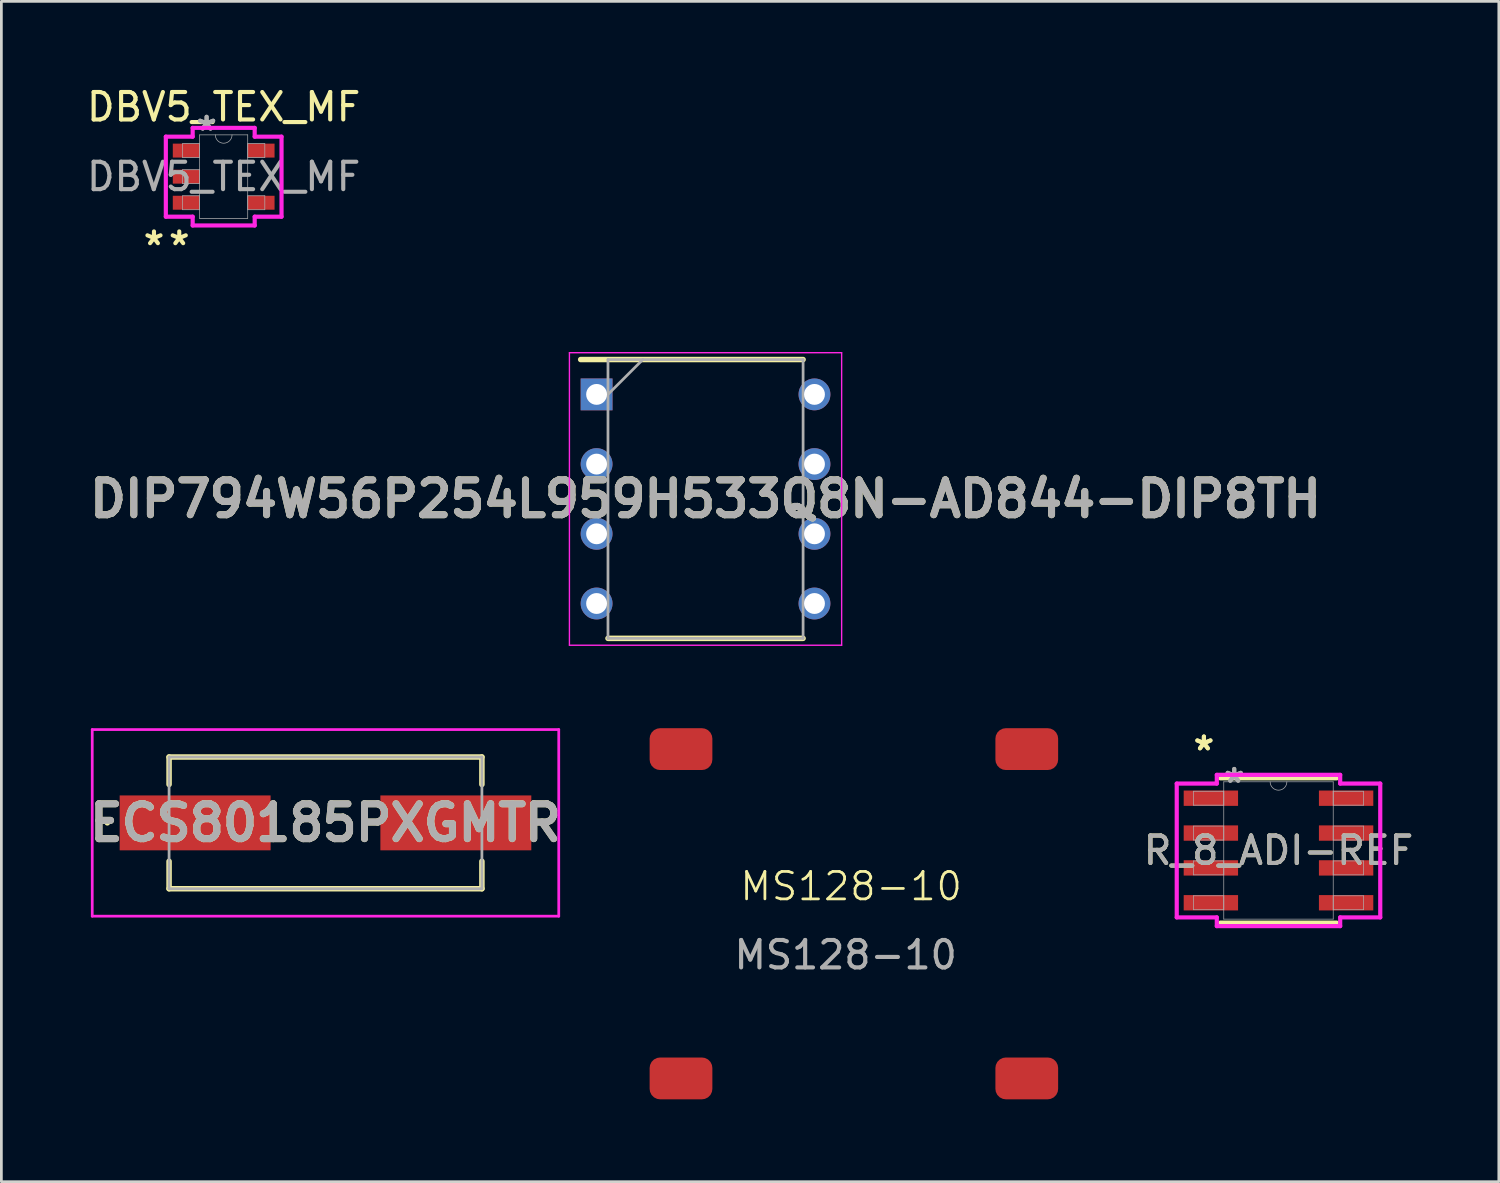
<source format=kicad_pcb>
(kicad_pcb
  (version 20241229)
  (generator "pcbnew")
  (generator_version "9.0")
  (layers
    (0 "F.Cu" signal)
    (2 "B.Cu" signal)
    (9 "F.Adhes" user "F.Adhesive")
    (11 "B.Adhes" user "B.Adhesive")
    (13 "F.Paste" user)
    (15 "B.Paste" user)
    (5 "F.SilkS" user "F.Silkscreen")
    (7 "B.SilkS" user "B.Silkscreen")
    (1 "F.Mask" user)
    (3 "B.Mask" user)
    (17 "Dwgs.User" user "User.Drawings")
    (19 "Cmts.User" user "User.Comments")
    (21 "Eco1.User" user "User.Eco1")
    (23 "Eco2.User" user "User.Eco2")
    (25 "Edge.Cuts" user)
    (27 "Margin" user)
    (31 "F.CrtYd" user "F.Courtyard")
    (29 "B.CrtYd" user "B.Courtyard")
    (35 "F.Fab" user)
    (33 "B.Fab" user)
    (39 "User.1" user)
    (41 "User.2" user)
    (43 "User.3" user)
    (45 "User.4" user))
  (footprint "ECS80185PXGMTR"
    (layer "F.Cu")
    (at 8.811 26.936)
    (property "Reference" "ECS80185PXGMTR" (at 0 0 0) (layer "F.SilkS") (effects (font (size 1.27 1.27) (thickness 0.254))))
    (attr smd)
    (fp_line (start -8 0) (end -8 0) (stroke (width 0.1) (type solid)) (layer "F.SilkS"))
    (fp_line (start -7.9 0) (end -7.9 0) (stroke (width 0.1) (type solid)) (layer "F.SilkS"))
    (fp_line (start -5.7 -2.4) (end 5.7 -2.4) (stroke (width 0.2) (type solid)) (layer "F.SilkS"))
    (fp_line (start -5.7 -1.4) (end -5.7 -2.4) (stroke (width 0.2) (type solid)) (layer "F.SilkS"))
    (fp_line (start -5.7 1.4) (end -5.7 2.4) (stroke (width 0.2) (type solid)) (layer "F.SilkS"))
    (fp_line (start -5.7 2.4) (end 5.7 2.4) (stroke (width 0.2) (type solid)) (layer "F.SilkS"))
    (fp_line (start 5.7 -2.4) (end 5.7 -1.4) (stroke (width 0.2) (type solid)) (layer "F.SilkS"))
    (fp_line (start 5.7 2.4) (end 5.7 1.4) (stroke (width 0.2) (type solid)) (layer "F.SilkS"))
    (fp_arc (start -8 0) (mid -7.95 -0.05) (end -7.9 0) (stroke (width 0.1) (type solid)) (layer "F.SilkS"))
    (fp_arc (start -7.9 0) (mid -7.95 0.05) (end -8 0) (stroke (width 0.1) (type solid)) (layer "F.SilkS"))
    (fp_line (start -8.5 -3.4) (end 8.5 -3.4) (stroke (width 0.1) (type solid)) (layer "F.CrtYd"))
    (fp_line (start -8.5 3.4) (end -8.5 -3.4) (stroke (width 0.1) (type solid)) (layer "F.CrtYd"))
    (fp_line (start 8.5 -3.4) (end 8.5 3.4) (stroke (width 0.1) (type solid)) (layer "F.CrtYd"))
    (fp_line (start 8.5 3.4) (end -8.5 3.4) (stroke (width 0.1) (type solid)) (layer "F.CrtYd"))
    (fp_line (start -5.7 -2.4) (end 5.7 -2.4) (stroke (width 0.1) (type solid)) (layer "F.Fab"))
    (fp_line (start -5.7 2.4) (end -5.7 -2.4) (stroke (width 0.1) (type solid)) (layer "F.Fab"))
    (fp_line (start 5.7 -2.4) (end 5.7 2.4) (stroke (width 0.1) (type solid)) (layer "F.Fab"))
    (fp_line (start 5.7 2.4) (end -5.7 2.4) (stroke (width 0.1) (type solid)) (layer "F.Fab"))
    (fp_text user "${REFERENCE}" (at 0 0 0) (layer "F.Fab") (effects (font (size 1.27 1.27) (thickness 0.254))))
    (pad "1" smd rect (at -4.75 0 90) (size 2 5.5) (layers "F.Cu" "F.Mask" "F.Paste"))
    (pad "2" smd rect (at 4.75 0 90) (size 2 5.5) (layers "F.Cu" "F.Mask" "F.Paste")))
  (footprint "MS128-10"
    (layer "F.Cu")
    (at 27.766 29.248)
    (property "Reference" "MS128-10" (at 0.2 0 0) (unlocked yes) (layer "F.SilkS") (effects (font (size 1 1) (thickness 0.1))))
    (attr smd)
    (fp_text user "${REFERENCE}" (at 0 2.5 0) (unlocked yes) (layer "F.Fab") (effects (font (size 1 1) (thickness 0.15))))
    (pad "1" smd roundrect (at -6 -5) (size 2.286 1.524) (layers "F.Cu" "F.Mask" "F.Paste") (roundrect_rratio 0.25))
    (pad "2" smd roundrect (at 6.6 -5) (size 2.286 1.524) (layers "F.Cu" "F.Mask" "F.Paste") (roundrect_rratio 0.25))
    (pad "3" smd roundrect (at -6 7) (size 2.286 1.524) (layers "F.Cu" "F.Mask" "F.Paste") (roundrect_rratio 0.25))
    (pad "4" smd roundrect (at 6.6 7) (size 2.286 1.524) (layers "F.Cu" "F.Mask" "F.Paste") (roundrect_rratio 0.25)))
  (footprint "R_8_ADI-REF"
    (layer "F.Cu")
    (at 43.539 27.942)
    (property "Reference" "R_8_ADI-REF" (at 0 0 0) (unlocked yes) (layer "F.SilkS") (effects (font (size 1 1) (thickness 0.15))))
    (attr smd)
    (fp_line (start -2.121 2.629) (end 2.121 2.629) (stroke (width 0.152) (type solid)) (layer "F.SilkS"))
    (fp_line (start 2.121 -2.629) (end -2.121 -2.629) (stroke (width 0.152) (type solid)) (layer "F.SilkS"))
    (fp_line (start -3.708 -2.438) (end -2.248 -2.438) (stroke (width 0.152) (type solid)) (layer "F.CrtYd"))
    (fp_line (start -3.708 2.438) (end -3.708 -2.438) (stroke (width 0.152) (type solid)) (layer "F.CrtYd"))
    (fp_line (start -3.708 2.438) (end -2.248 2.438) (stroke (width 0.152) (type solid)) (layer "F.CrtYd"))
    (fp_line (start -2.248 -2.756) (end 2.248 -2.756) (stroke (width 0.152) (type solid)) (layer "F.CrtYd"))
    (fp_line (start -2.248 -2.438) (end -2.248 -2.756) (stroke (width 0.152) (type solid)) (layer "F.CrtYd"))
    (fp_line (start -2.248 2.756) (end -2.248 2.438) (stroke (width 0.152) (type solid)) (layer "F.CrtYd"))
    (fp_line (start 2.248 -2.756) (end 2.248 -2.438) (stroke (width 0.152) (type solid)) (layer "F.CrtYd"))
    (fp_line (start 2.248 2.438) (end 2.248 2.756) (stroke (width 0.152) (type solid)) (layer "F.CrtYd"))
    (fp_line (start 2.248 2.756) (end -2.248 2.756) (stroke (width 0.152) (type solid)) (layer "F.CrtYd"))
    (fp_line (start 3.708 -2.438) (end 2.248 -2.438) (stroke (width 0.152) (type solid)) (layer "F.CrtYd"))
    (fp_line (start 3.708 -2.438) (end 3.708 2.438) (stroke (width 0.152) (type solid)) (layer "F.CrtYd"))
    (fp_line (start 3.708 2.438) (end 2.248 2.438) (stroke (width 0.152) (type solid)) (layer "F.CrtYd"))
    (fp_line (start -3.099 -2.159) (end -3.099 -1.651) (stroke (width 0.025) (type solid)) (layer "F.Fab"))
    (fp_line (start -3.099 -1.651) (end -1.994 -1.651) (stroke (width 0.025) (type solid)) (layer "F.Fab"))
    (fp_line (start -3.099 -0.889) (end -3.099 -0.381) (stroke (width 0.025) (type solid)) (layer "F.Fab"))
    (fp_line (start -3.099 -0.381) (end -1.994 -0.381) (stroke (width 0.025) (type solid)) (layer "F.Fab"))
    (fp_line (start -3.099 0.381) (end -3.099 0.889) (stroke (width 0.025) (type solid)) (layer "F.Fab"))
    (fp_line (start -3.099 0.889) (end -1.994 0.889) (stroke (width 0.025) (type solid)) (layer "F.Fab"))
    (fp_line (start -3.099 1.651) (end -3.099 2.159) (stroke (width 0.025) (type solid)) (layer "F.Fab"))
    (fp_line (start -3.099 2.159) (end -1.994 2.159) (stroke (width 0.025) (type solid)) (layer "F.Fab"))
    (fp_line (start -1.994 -2.502) (end -1.994 2.502) (stroke (width 0.025) (type solid)) (layer "F.Fab"))
    (fp_line (start -1.994 -2.159) (end -3.099 -2.159) (stroke (width 0.025) (type solid)) (layer "F.Fab"))
    (fp_line (start -1.994 -1.651) (end -1.994 -2.159) (stroke (width 0.025) (type solid)) (layer "F.Fab"))
    (fp_line (start -1.994 -0.889) (end -3.099 -0.889) (stroke (width 0.025) (type solid)) (layer "F.Fab"))
    (fp_line (start -1.994 -0.381) (end -1.994 -0.889) (stroke (width 0.025) (type solid)) (layer "F.Fab"))
    (fp_line (start -1.994 0.381) (end -3.099 0.381) (stroke (width 0.025) (type solid)) (layer "F.Fab"))
    (fp_line (start -1.994 0.889) (end -1.994 0.381) (stroke (width 0.025) (type solid)) (layer "F.Fab"))
    (fp_line (start -1.994 1.651) (end -3.099 1.651) (stroke (width 0.025) (type solid)) (layer "F.Fab"))
    (fp_line (start -1.994 2.159) (end -1.994 1.651) (stroke (width 0.025) (type solid)) (layer "F.Fab"))
    (fp_line (start -1.994 2.502) (end 1.994 2.502) (stroke (width 0.025) (type solid)) (layer "F.Fab"))
    (fp_line (start 1.994 -2.502) (end -1.994 -2.502) (stroke (width 0.025) (type solid)) (layer "F.Fab"))
    (fp_line (start 1.994 -2.159) (end 1.994 -1.651) (stroke (width 0.025) (type solid)) (layer "F.Fab"))
    (fp_line (start 1.994 -1.651) (end 3.099 -1.651) (stroke (width 0.025) (type solid)) (layer "F.Fab"))
    (fp_line (start 1.994 -0.889) (end 1.994 -0.381) (stroke (width 0.025) (type solid)) (layer "F.Fab"))
    (fp_line (start 1.994 -0.381) (end 3.099 -0.381) (stroke (width 0.025) (type solid)) (layer "F.Fab"))
    (fp_line (start 1.994 0.381) (end 1.994 0.889) (stroke (width 0.025) (type solid)) (layer "F.Fab"))
    (fp_line (start 1.994 0.889) (end 3.099 0.889) (stroke (width 0.025) (type solid)) (layer "F.Fab"))
    (fp_line (start 1.994 1.651) (end 1.994 2.159) (stroke (width 0.025) (type solid)) (layer "F.Fab"))
    (fp_line (start 1.994 2.159) (end 3.099 2.159) (stroke (width 0.025) (type solid)) (layer "F.Fab"))
    (fp_line (start 1.994 2.502) (end 1.994 -2.502) (stroke (width 0.025) (type solid)) (layer "F.Fab"))
    (fp_line (start 3.099 -2.159) (end 1.994 -2.159) (stroke (width 0.025) (type solid)) (layer "F.Fab"))
    (fp_line (start 3.099 -1.651) (end 3.099 -2.159) (stroke (width 0.025) (type solid)) (layer "F.Fab"))
    (fp_line (start 3.099 -0.889) (end 1.994 -0.889) (stroke (width 0.025) (type solid)) (layer "F.Fab"))
    (fp_line (start 3.099 -0.381) (end 3.099 -0.889) (stroke (width 0.025) (type solid)) (layer "F.Fab"))
    (fp_line (start 3.099 0.381) (end 1.994 0.381) (stroke (width 0.025) (type solid)) (layer "F.Fab"))
    (fp_line (start 3.099 0.889) (end 3.099 0.381) (stroke (width 0.025) (type solid)) (layer "F.Fab"))
    (fp_line (start 3.099 1.651) (end 1.994 1.651) (stroke (width 0.025) (type solid)) (layer "F.Fab"))
    (fp_line (start 3.099 2.159) (end 3.099 1.651) (stroke (width 0.025) (type solid)) (layer "F.Fab"))
    (fp_arc (start 0.3048 -2.5019) (mid 0 -2.1971) (end -0.3048 -2.5019) (stroke (width 0.0254) (type solid)) (layer "F.Fab"))
    (fp_text user "*" (at -2.718 -3.607 0) (layer "F.SilkS") (effects (font (size 1 1) (thickness 0.15))))
    (fp_text user "*" (at -2.718 -3.607 0) (unlocked yes) (layer "F.SilkS") (effects (font (size 1 1) (thickness 0.15))))
    (fp_text user "${REFERENCE}" (at 0 0 0) (unlocked yes) (layer "F.Fab") (effects (font (size 1 1) (thickness 0.15))))
    (fp_text user "*" (at -1.613 -2.426 0) (unlocked yes) (layer "F.Fab") (effects (font (size 1 1) (thickness 0.15))))
    (fp_text user "*" (at -1.613 -2.426 0) (layer "F.Fab") (effects (font (size 1 1) (thickness 0.15))))
    (pad "1" smd rect (at -2.464 -1.905) (size 1.981 0.559) (layers "F.Cu" "F.Mask" "F.Paste"))
    (pad "2" smd rect (at -2.464 -0.635) (size 1.981 0.559) (layers "F.Cu" "F.Mask" "F.Paste"))
    (pad "3" smd rect (at -2.464 0.635) (size 1.981 0.559) (layers "F.Cu" "F.Mask" "F.Paste"))
    (pad "4" smd rect (at -2.464 1.905) (size 1.981 0.559) (layers "F.Cu" "F.Mask" "F.Paste"))
    (pad "5" smd rect (at 2.464 1.905) (size 1.981 0.559) (layers "F.Cu" "F.Mask" "F.Paste"))
    (pad "6" smd rect (at 2.464 0.635) (size 1.981 0.559) (layers "F.Cu" "F.Mask" "F.Paste"))
    (pad "7" smd rect (at 2.464 -0.635) (size 1.981 0.559) (layers "F.Cu" "F.Mask" "F.Paste"))
    (pad "8" smd rect (at 2.464 -1.905) (size 1.981 0.559) (layers "F.Cu" "F.Mask" "F.Paste")))
  (footprint "DBV5_TEX_MF"
    (layer "F.Cu")
    (at 5.101 3.388)
    (property "Reference" "DBV5_TEX_MF" (at 0 -2.54 0) (unlocked yes) (layer "F.SilkS") (effects (font (size 1 1) (thickness 0.15))))
    (attr smd)
    (fp_line (start -2.108 -1.458) (end -1.13 -1.458) (stroke (width 0.152) (type solid)) (layer "F.CrtYd"))
    (fp_line (start -2.108 1.458) (end -2.108 -1.458) (stroke (width 0.152) (type solid)) (layer "F.CrtYd"))
    (fp_line (start -1.13 -1.778) (end 1.13 -1.778) (stroke (width 0.152) (type solid)) (layer "F.CrtYd"))
    (fp_line (start -1.13 -1.458) (end -1.13 -1.778) (stroke (width 0.152) (type solid)) (layer "F.CrtYd"))
    (fp_line (start -1.13 1.458) (end -2.108 1.458) (stroke (width 0.152) (type solid)) (layer "F.CrtYd"))
    (fp_line (start -1.13 1.778) (end -1.13 1.458) (stroke (width 0.152) (type solid)) (layer "F.CrtYd"))
    (fp_line (start 1.13 -1.778) (end 1.13 -1.458) (stroke (width 0.152) (type solid)) (layer "F.CrtYd"))
    (fp_line (start 1.13 -1.458) (end 2.108 -1.458) (stroke (width 0.152) (type solid)) (layer "F.CrtYd"))
    (fp_line (start 1.13 1.458) (end 1.13 1.778) (stroke (width 0.152) (type solid)) (layer "F.CrtYd"))
    (fp_line (start 1.13 1.778) (end -1.13 1.778) (stroke (width 0.152) (type solid)) (layer "F.CrtYd"))
    (fp_line (start 2.108 -1.458) (end 2.108 1.458) (stroke (width 0.152) (type solid)) (layer "F.CrtYd"))
    (fp_line (start 2.108 1.458) (end 1.13 1.458) (stroke (width 0.152) (type solid)) (layer "F.CrtYd"))
    (fp_line (start -1.499 -1.204) (end -1.499 -0.696) (stroke (width 0.025) (type solid)) (layer "F.Fab"))
    (fp_line (start -1.499 -0.696) (end -0.876 -0.696) (stroke (width 0.025) (type solid)) (layer "F.Fab"))
    (fp_line (start -1.499 -0.254) (end -1.499 0.254) (stroke (width 0.025) (type solid)) (layer "F.Fab"))
    (fp_line (start -1.499 0.254) (end -0.876 0.254) (stroke (width 0.025) (type solid)) (layer "F.Fab"))
    (fp_line (start -1.499 0.696) (end -1.499 1.204) (stroke (width 0.025) (type solid)) (layer "F.Fab"))
    (fp_line (start -1.499 1.204) (end -0.876 1.204) (stroke (width 0.025) (type solid)) (layer "F.Fab"))
    (fp_line (start -0.876 -1.524) (end -0.876 1.524) (stroke (width 0.025) (type solid)) (layer "F.Fab"))
    (fp_line (start -0.876 -1.204) (end -1.499 -1.204) (stroke (width 0.025) (type solid)) (layer "F.Fab"))
    (fp_line (start -0.876 -0.696) (end -0.876 -1.204) (stroke (width 0.025) (type solid)) (layer "F.Fab"))
    (fp_line (start -0.876 -0.254) (end -1.499 -0.254) (stroke (width 0.025) (type solid)) (layer "F.Fab"))
    (fp_line (start -0.876 0.254) (end -0.876 -0.254) (stroke (width 0.025) (type solid)) (layer "F.Fab"))
    (fp_line (start -0.876 0.696) (end -1.499 0.696) (stroke (width 0.025) (type solid)) (layer "F.Fab"))
    (fp_line (start -0.876 1.204) (end -0.876 0.696) (stroke (width 0.025) (type solid)) (layer "F.Fab"))
    (fp_line (start -0.876 1.524) (end 0.876 1.524) (stroke (width 0.025) (type solid)) (layer "F.Fab"))
    (fp_line (start 0.876 -1.524) (end -0.876 -1.524) (stroke (width 0.025) (type solid)) (layer "F.Fab"))
    (fp_line (start 0.876 -1.204) (end 0.876 -0.696) (stroke (width 0.025) (type solid)) (layer "F.Fab"))
    (fp_line (start 0.876 -0.696) (end 1.499 -0.696) (stroke (width 0.025) (type solid)) (layer "F.Fab"))
    (fp_line (start 0.876 0.696) (end 0.876 1.204) (stroke (width 0.025) (type solid)) (layer "F.Fab"))
    (fp_line (start 0.876 1.204) (end 1.499 1.204) (stroke (width 0.025) (type solid)) (layer "F.Fab"))
    (fp_line (start 0.876 1.524) (end 0.876 -1.524) (stroke (width 0.025) (type solid)) (layer "F.Fab"))
    (fp_line (start 1.499 -1.204) (end 0.876 -1.204) (stroke (width 0.025) (type solid)) (layer "F.Fab"))
    (fp_line (start 1.499 -0.696) (end 1.499 -1.204) (stroke (width 0.025) (type solid)) (layer "F.Fab"))
    (fp_line (start 1.499 0.696) (end 0.876 0.696) (stroke (width 0.025) (type solid)) (layer "F.Fab"))
    (fp_line (start 1.499 1.204) (end 1.499 0.696) (stroke (width 0.025) (type solid)) (layer "F.Fab"))
    (fp_arc (start 0.3048 -1.524) (mid 0 -1.2192) (end -0.3048 -1.524) (stroke (width 0.0254) (type solid)) (layer "F.Fab"))
    (fp_text user "*" (at -1.619 2.54 0) (unlocked yes) (layer "F.SilkS") (effects (font (size 1 1) (thickness 0.15))))
    (fp_text user "*" (at -2.54 2.54 0) (layer "F.SilkS") (effects (font (size 1 1) (thickness 0.15))))
    (fp_text user "*" (at -0.622 -1.636 0) (layer "F.Fab") (effects (font (size 1 1) (thickness 0.15))))
    (fp_text user "*" (at -0.622 -1.636 0) (unlocked yes) (layer "F.Fab") (effects (font (size 1 1) (thickness 0.15))))
    (fp_text user "${REFERENCE}" (at 0 0 0) (unlocked yes) (layer "F.Fab") (effects (font (size 1 1) (thickness 0.15))))
    (pad "1" smd rect (at -1.365 -0.95) (size 0.978 0.508) (layers "F.Cu" "F.Mask" "F.Paste"))
    (pad "2" smd rect (at -1.365 0) (size 0.978 0.508) (layers "F.Cu" "F.Mask" "F.Paste"))
    (pad "3" smd rect (at -1.365 0.95) (size 0.978 0.508) (layers "F.Cu" "F.Mask" "F.Paste"))
    (pad "4" smd rect (at 1.365 0.95) (size 0.978 0.508) (layers "F.Cu" "F.Mask" "F.Paste"))
    (pad "5" smd rect (at 1.365 -0.95) (size 0.978 0.508) (layers "F.Cu" "F.Mask" "F.Paste")))
  (footprint "DIP794W56P254L959H533Q8N-AD844-DIP8TH"
    (layer "F.Cu")
    (at 22.66 15.132)
    (property "Reference" "DIP794W56P254L959H533Q8N-AD844-DIP8TH" (at 0 0 0) (layer "F.SilkS") (effects (font (size 1.27 1.27) (thickness 0.254))))
    (attr through_hole)
    (fp_line (start -4.55 -5.08) (end 3.555 -5.08) (stroke (width 0.2) (type solid)) (layer "F.SilkS"))
    (fp_line (start -3.555 5.08) (end 3.555 5.08) (stroke (width 0.2) (type solid)) (layer "F.SilkS"))
    (fp_line (start -4.96 -5.33) (end 4.96 -5.33) (stroke (width 0.05) (type solid)) (layer "F.CrtYd"))
    (fp_line (start -4.96 5.33) (end -4.96 -5.33) (stroke (width 0.05) (type solid)) (layer "F.CrtYd"))
    (fp_line (start 4.96 -5.33) (end 4.96 5.33) (stroke (width 0.05) (type solid)) (layer "F.CrtYd"))
    (fp_line (start 4.96 5.33) (end -4.96 5.33) (stroke (width 0.05) (type solid)) (layer "F.CrtYd"))
    (fp_line (start -3.555 -5.08) (end 3.555 -5.08) (stroke (width 0.1) (type solid)) (layer "F.Fab"))
    (fp_line (start -3.555 -3.81) (end -2.285 -5.08) (stroke (width 0.1) (type solid)) (layer "F.Fab"))
    (fp_line (start -3.555 5.08) (end -3.555 -5.08) (stroke (width 0.1) (type solid)) (layer "F.Fab"))
    (fp_line (start 3.555 -5.08) (end 3.555 5.08) (stroke (width 0.1) (type solid)) (layer "F.Fab"))
    (fp_line (start 3.555 5.08) (end -3.555 5.08) (stroke (width 0.1) (type solid)) (layer "F.Fab"))
    (fp_text user "${REFERENCE}" (at 0 0 0) (layer "F.Fab") (effects (font (size 1.27 1.27) (thickness 0.254))))
    (pad "1" thru_hole rect (at -3.97 -3.81) (size 1.16 1.16) (drill 0.76) (layers "*.Cu" "*.Mask"))
    (pad "2" thru_hole circle (at -3.97 -1.27) (size 1.16 1.16) (drill 0.76) (layers "*.Cu" "*.Mask"))
    (pad "3" thru_hole circle (at -3.97 1.27) (size 1.16 1.16) (drill 0.76) (layers "*.Cu" "*.Mask"))
    (pad "4" thru_hole circle (at -3.97 3.81) (size 1.16 1.16) (drill 0.76) (layers "*.Cu" "*.Mask"))
    (pad "5" thru_hole circle (at 3.97 3.81) (size 1.16 1.16) (drill 0.76) (layers "*.Cu" "*.Mask"))
    (pad "6" thru_hole circle (at 3.97 1.27) (size 1.16 1.16) (drill 0.76) (layers "*.Cu" "*.Mask"))
    (pad "7" thru_hole circle (at 3.97 -1.27) (size 1.16 1.16) (drill 0.76) (layers "*.Cu" "*.Mask"))
    (pad "8" thru_hole circle (at 3.97 -3.81) (size 1.16 1.16) (drill 0.76) (layers "*.Cu" "*.Mask")))
  (gr_rect
    (start -3 -3)
    (end 51.568 40.011)
    (stroke (width 0.1) (type default))
    (fill no)
    (layer "Edge.Cuts")))
</source>
